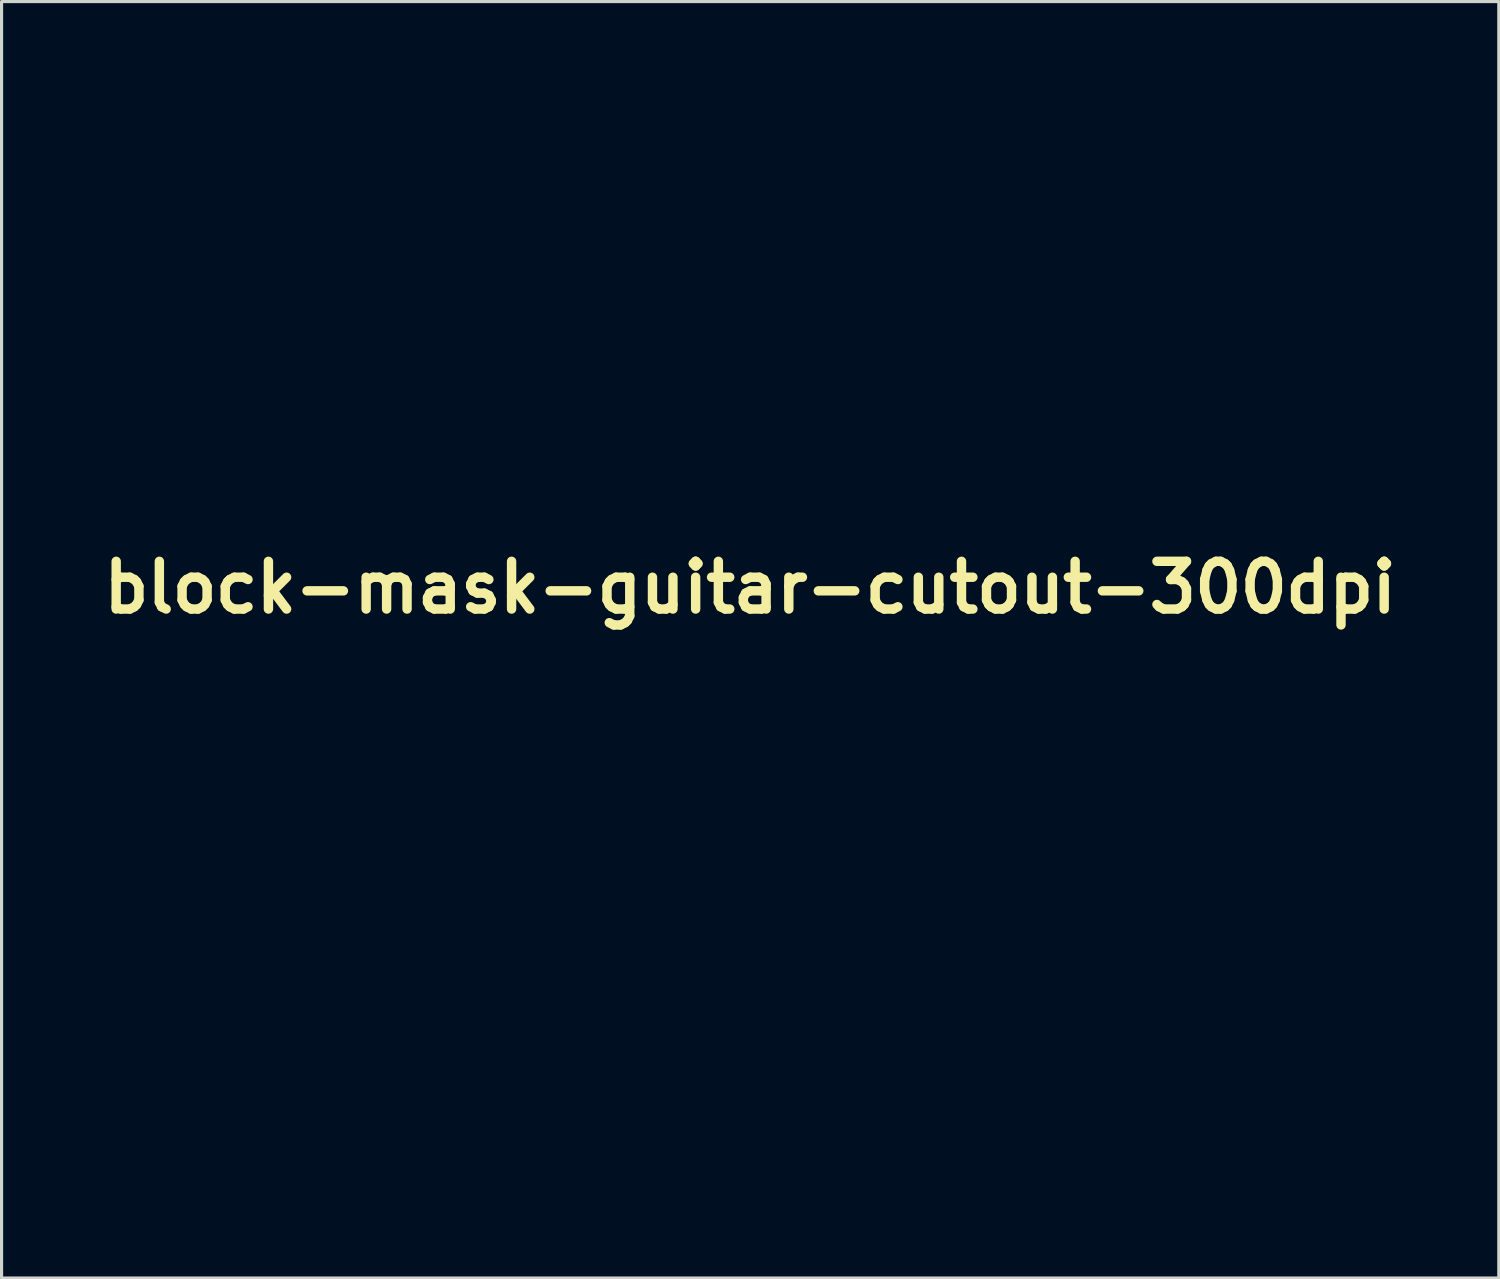
<source format=kicad_pcb>
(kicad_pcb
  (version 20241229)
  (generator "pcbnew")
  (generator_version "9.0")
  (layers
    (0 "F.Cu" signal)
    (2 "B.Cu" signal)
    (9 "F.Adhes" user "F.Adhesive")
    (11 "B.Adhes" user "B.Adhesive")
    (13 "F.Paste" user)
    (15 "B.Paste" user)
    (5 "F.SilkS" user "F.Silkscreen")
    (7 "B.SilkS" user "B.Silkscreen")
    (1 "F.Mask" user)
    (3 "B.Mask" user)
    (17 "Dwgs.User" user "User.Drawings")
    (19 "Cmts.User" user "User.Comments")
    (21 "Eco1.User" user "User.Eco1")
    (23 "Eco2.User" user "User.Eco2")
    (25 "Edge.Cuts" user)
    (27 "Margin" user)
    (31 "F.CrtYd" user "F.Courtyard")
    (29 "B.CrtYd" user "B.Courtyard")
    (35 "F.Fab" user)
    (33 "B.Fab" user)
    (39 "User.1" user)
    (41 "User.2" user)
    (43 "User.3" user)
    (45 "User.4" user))
  (footprint "block-mask-guitar-cutout-300dpi"
    (layer "F.Cu")
    (at 20.908 15.711)
    (property "Reference" "block-mask-guitar-cutout-300dpi" (at 0 0 0) (layer "F.SilkS") (effects (font (size 1.524 1.524) (thickness 0.3))))
    (attr through_hole)
    (fp_poly (pts (xy -0.259 -15.24) (xy -0.212 -14.774) (xy 0.254 -14.737) (xy 0.72 -14.699) (xy 0.254 -14.652) (xy -0.212 -14.605) (xy -0.259 -14.139) (xy -0.306 -13.674) (xy -0.343 -14.139) (xy -0.381 -14.605) (xy -0.889 -14.652) (xy -1.397 -14.699) (xy -0.381 -14.774) (xy -0.306 -15.706) (xy -0.259 -15.24)) (stroke (width 0.01) (type solid)) (fill yes) (layer "F.Mask"))
    (fp_poly (pts (xy -7.272 -4.012) (xy -6.93 -3.936) (xy -6.733 -3.802) (xy -6.662 -3.587) (xy -6.684 -3.322) (xy -6.718 -3.095) (xy -6.696 -2.98) (xy -6.597 -2.926) (xy -6.529 -2.908) (xy -6.338 -2.855) (xy -6.251 -2.783) (xy -6.251 -2.646) (xy -6.322 -2.399) (xy -6.334 -2.364) (xy -6.435 -2.1) (xy -6.549 -1.979) (xy -6.72 -1.982) (xy -6.945 -2.065) (xy -7.064 -2.05) (xy -7.164 -1.879) (xy -7.167 -1.873) (xy -7.315 -1.62) (xy -7.527 -1.512) (xy -7.824 -1.542) (xy -7.917 -1.57) (xy -8.303 -1.781) (xy -8.581 -2.093) (xy -8.741 -2.47) (xy -8.773 -2.878) (xy -8.67 -3.281) (xy -8.44 -3.627) (xy -8.078 -3.896) (xy -7.639 -4.019) (xy -7.272 -4.012)) (stroke (width 0.01) (type solid)) (fill yes) (layer "F.Mask"))
    (fp_poly (pts (xy -5.84 1.368) (xy -5.661 1.521) (xy -5.592 1.655) (xy -5.517 1.77) (xy -5.34 1.975) (xy -5.083 2.248) (xy -4.77 2.563) (xy -4.572 2.754) (xy -4.178 3.132) (xy -3.77 3.526) (xy -3.39 3.897) (xy -3.079 4.203) (xy -3.006 4.276) (xy -2.413 4.868) (xy -2.436 11.959) (xy -2.458 19.05) (xy -3.048 19.05) (xy -3.048 5.072) (xy -4 4.166) (xy -4.559 3.634) (xy -5.01 3.207) (xy -5.365 2.874) (xy -5.639 2.622) (xy -5.844 2.439) (xy -5.994 2.314) (xy -6.103 2.234) (xy -6.184 2.187) (xy -6.244 2.164) (xy -6.431 2.034) (xy -6.506 1.828) (xy -6.469 1.593) (xy -6.321 1.381) (xy -6.238 1.318) (xy -6.053 1.289) (xy -5.84 1.368)) (stroke (width 0.01) (type solid)) (fill yes) (layer "F.Mask"))
    (fp_poly (pts (xy 5.749 -7.404) (xy 6.11 -7.259) (xy 6.392 -7.016) (xy 6.582 -6.704) (xy 6.668 -6.352) (xy 6.637 -5.99) (xy 6.476 -5.644) (xy 6.217 -5.377) (xy 5.861 -5.169) (xy 5.537 -5.104) (xy 5.265 -5.183) (xy 5.192 -5.24) (xy 5.036 -5.429) (xy 4.952 -5.591) (xy 4.871 -5.715) (xy 4.797 -5.729) (xy 4.635 -5.663) (xy 4.552 -5.63) (xy 4.436 -5.633) (xy 4.335 -5.758) (xy 4.237 -6.024) (xy 4.185 -6.215) (xy 4.177 -6.359) (xy 4.276 -6.434) (xy 4.389 -6.462) (xy 4.55 -6.507) (xy 4.612 -6.593) (xy 4.606 -6.775) (xy 4.597 -6.846) (xy 4.594 -7.079) (xy 4.677 -7.237) (xy 4.871 -7.34) (xy 5.202 -7.407) (xy 5.321 -7.423) (xy 5.749 -7.404)) (stroke (width 0.01) (type solid)) (fill yes) (layer "F.Mask"))
    (fp_poly (pts (xy 8.412 -0.047) (xy 8.791 0.206) (xy 9.101 0.6) (xy 9.157 0.703) (xy 9.286 1.122) (xy 9.27 1.545) (xy 9.12 1.933) (xy 8.85 2.249) (xy 8.617 2.396) (xy 8.283 2.542) (xy 8.053 2.596) (xy 7.881 2.554) (xy 7.724 2.407) (xy 7.606 2.249) (xy 7.435 2.024) (xy 7.307 1.916) (xy 7.178 1.895) (xy 7.103 1.907) (xy 6.964 1.922) (xy 6.873 1.866) (xy 6.793 1.703) (xy 6.74 1.555) (xy 6.662 1.279) (xy 6.669 1.119) (xy 6.773 1.034) (xy 6.9 1.002) (xy 7.014 0.945) (xy 7.066 0.798) (xy 7.077 0.625) (xy 7.101 0.303) (xy 7.175 0.104) (xy 7.327 -0.018) (xy 7.523 -0.091) (xy 7.983 -0.149) (xy 8.412 -0.047)) (stroke (width 0.01) (type solid)) (fill yes) (layer "F.Mask"))
    (fp_poly (pts (xy -8.239 -0.165) (xy -7.983 -0.063) (xy -7.849 0.065) (xy -7.803 0.27) (xy -7.806 0.508) (xy -7.809 0.746) (xy -7.77 0.865) (xy -7.67 0.911) (xy -7.639 0.916) (xy -7.518 0.942) (xy -7.466 1) (xy -7.478 1.128) (xy -7.552 1.366) (xy -7.586 1.466) (xy -7.679 1.705) (xy -7.766 1.813) (xy -7.878 1.827) (xy -7.903 1.823) (xy -8.045 1.835) (xy -8.195 1.954) (xy -8.343 2.14) (xy -8.541 2.385) (xy -8.712 2.497) (xy -8.911 2.49) (xy -9.19 2.382) (xy -9.603 2.121) (xy -9.871 1.787) (xy -9.986 1.389) (xy -9.991 1.29) (xy -9.934 0.881) (xy -9.781 0.48) (xy -9.561 0.148) (xy -9.409 0.008) (xy -9.012 -0.177) (xy -8.568 -0.225) (xy -8.239 -0.165)) (stroke (width 0.01) (type solid)) (fill yes) (layer "F.Mask"))
    (fp_poly (pts (xy -5.782 -7.468) (xy -5.619 -7.409) (xy -5.426 -7.314) (xy -5.347 -7.206) (xy -5.342 -7.015) (xy -5.349 -6.94) (xy -5.358 -6.716) (xy -5.312 -6.604) (xy -5.188 -6.549) (xy -5.183 -6.548) (xy -5.04 -6.472) (xy -5.039 -6.361) (xy -5.095 -6.174) (xy -5.14 -5.986) (xy -5.194 -5.821) (xy -5.304 -5.782) (xy -5.43 -5.802) (xy -5.607 -5.82) (xy -5.67 -5.755) (xy -5.673 -5.718) (xy -5.742 -5.548) (xy -5.91 -5.365) (xy -6.12 -5.221) (xy -6.308 -5.165) (xy -6.497 -5.211) (xy -6.73 -5.326) (xy -6.78 -5.357) (xy -7.144 -5.674) (xy -7.36 -6.026) (xy -7.42 -6.397) (xy -7.411 -6.477) (xy -7.268 -6.914) (xy -7.009 -7.245) (xy -6.658 -7.456) (xy -6.241 -7.534) (xy -5.782 -7.468)) (stroke (width 0.01) (type solid)) (fill yes) (layer "F.Mask"))
    (fp_poly (pts (xy 7.013 -3.925) (xy 7.425 -3.75) (xy 7.74 -3.484) (xy 7.903 -3.267) (xy 7.991 -3.016) (xy 8.025 -2.754) (xy 8.037 -2.46) (xy 8 -2.257) (xy 7.896 -2.069) (xy 7.836 -1.988) (xy 7.547 -1.683) (xy 7.237 -1.479) (xy 6.938 -1.392) (xy 6.686 -1.438) (xy 6.679 -1.442) (xy 6.551 -1.572) (xy 6.435 -1.776) (xy 6.347 -1.961) (xy 6.255 -2.015) (xy 6.101 -1.955) (xy 6.011 -1.905) (xy 5.792 -1.802) (xy 5.655 -1.821) (xy 5.559 -1.98) (xy 5.511 -2.125) (xy 5.436 -2.368) (xy 5.377 -2.549) (xy 5.365 -2.581) (xy 5.41 -2.676) (xy 5.612 -2.758) (xy 5.646 -2.767) (xy 5.969 -2.843) (xy 5.941 -3.277) (xy 5.939 -3.553) (xy 5.998 -3.728) (xy 6.151 -3.835) (xy 6.429 -3.908) (xy 6.572 -3.933) (xy 7.013 -3.925)) (stroke (width 0.01) (type solid)) (fill yes) (layer "F.Mask"))
    (fp_poly (pts (xy -3.436 -6.073) (xy -3.262 -5.917) (xy -3.176 -5.714) (xy -3.213 -5.512) (xy -3.234 -5.426) (xy -3.23 -5.279) (xy -3.197 -5.053) (xy -3.132 -4.731) (xy -3.031 -4.294) (xy -2.891 -3.725) (xy -2.757 -3.199) (xy -2.494 -2.168) (xy -2.266 -1.282) (xy -2.071 -0.52) (xy -1.901 0.138) (xy -1.753 0.71) (xy -1.62 1.218) (xy -1.498 1.68) (xy -1.382 2.118) (xy -1.266 2.549) (xy -1.146 2.995) (xy -1.086 3.217) (xy -0.637 4.868) (xy -0.613 11.959) (xy -0.588 19.05) (xy -1.101 19.05) (xy -1.101 5.179) (xy -1.612 3.246) (xy -1.918 2.086) (xy -2.241 0.864) (xy -2.567 -0.375) (xy -2.887 -1.587) (xy -3.187 -2.729) (xy -3.457 -3.755) (xy -3.482 -3.852) (xy -3.613 -4.325) (xy -3.743 -4.754) (xy -3.861 -5.107) (xy -3.958 -5.349) (xy -4.002 -5.43) (xy -4.113 -5.689) (xy -4.071 -5.925) (xy -3.886 -6.101) (xy -3.658 -6.146) (xy -3.436 -6.073)) (stroke (width 0.01) (type solid)) (fill yes) (layer "F.Mask"))
    (fp_poly (pts (xy 4.32 -2.292) (xy 4.453 -2.069) (xy 4.472 -1.966) (xy 4.464 -1.758) (xy 4.36 -1.621) (xy 4.241 -1.544) (xy 4.122 -1.459) (xy 4.008 -1.331) (xy 3.887 -1.137) (xy 3.745 -0.855) (xy 3.571 -0.46) (xy 3.351 0.069) (xy 3.344 0.085) (xy 3.261 0.283) (xy 3.121 0.612) (xy 2.935 1.047) (xy 2.714 1.563) (xy 2.467 2.134) (xy 2.207 2.737) (xy 2.17 2.823) (xy 1.185 5.096) (xy 1.185 19.05) (xy 0.762 19.05) (xy 0.762 12.027) (xy 0.762 5.005) (xy 1.829 2.524) (xy 2.225 1.604) (xy 2.558 0.828) (xy 2.834 0.183) (xy 3.059 -0.345) (xy 3.236 -0.766) (xy 3.372 -1.094) (xy 3.471 -1.34) (xy 3.538 -1.518) (xy 3.578 -1.64) (xy 3.597 -1.717) (xy 3.6 -1.764) (xy 3.591 -1.791) (xy 3.59 -1.791) (xy 3.566 -1.971) (xy 3.648 -2.175) (xy 3.806 -2.332) (xy 3.838 -2.349) (xy 4.102 -2.393) (xy 4.32 -2.292)) (stroke (width 0.01) (type solid)) (fill yes) (layer "F.Mask"))
    (fp_poly (pts (xy -4.703 -2.305) (xy -4.526 -2.147) (xy -4.431 -1.951) (xy -4.432 -1.844) (xy -4.416 -1.696) (xy -4.332 -1.416) (xy -4.189 -1.027) (xy -3.992 -0.548) (xy -3.961 -0.476) (xy -3.759 -0.006) (xy -3.559 0.459) (xy -3.381 0.875) (xy -3.245 1.195) (xy -3.214 1.27) (xy -3.105 1.524) (xy -2.943 1.896) (xy -2.743 2.352) (xy -2.521 2.857) (xy -2.295 3.366) (xy -1.609 4.912) (xy -1.609 19.05) (xy -2.117 19.05) (xy -2.117 4.972) (xy -2.668 3.756) (xy -2.917 3.206) (xy -3.202 2.575) (xy -3.49 1.935) (xy -3.748 1.36) (xy -3.779 1.291) (xy -4.1 0.58) (xy -4.36 0.007) (xy -4.568 -0.445) (xy -4.734 -0.793) (xy -4.865 -1.054) (xy -4.97 -1.244) (xy -5.056 -1.381) (xy -5.134 -1.481) (xy -5.193 -1.545) (xy -5.342 -1.726) (xy -5.417 -1.881) (xy -5.419 -1.901) (xy -5.349 -2.082) (xy -5.182 -2.255) (xy -4.982 -2.36) (xy -4.911 -2.371) (xy -4.703 -2.305)) (stroke (width 0.01) (type solid)) (fill yes) (layer "F.Mask"))
    (fp_poly (pts (xy 5.422 1.421) (xy 5.595 1.579) (xy 5.724 1.766) (xy 5.757 1.883) (xy 5.691 2.036) (xy 5.535 2.191) (xy 5.35 2.299) (xy 5.202 2.315) (xy 5.097 2.356) (xy 4.882 2.514) (xy 4.565 2.78) (xy 4.153 3.15) (xy 3.704 3.567) (xy 3.296 3.955) (xy 2.922 4.313) (xy 2.603 4.623) (xy 2.359 4.864) (xy 2.21 5.017) (xy 2.18 5.05) (xy 2.153 5.091) (xy 2.13 5.152) (xy 2.11 5.243) (xy 2.093 5.376) (xy 2.078 5.562) (xy 2.066 5.811) (xy 2.057 6.134) (xy 2.049 6.544) (xy 2.043 7.05) (xy 2.039 7.664) (xy 2.035 8.397) (xy 2.034 9.26) (xy 2.032 10.264) (xy 2.032 11.42) (xy 2.032 12.142) (xy 2.032 19.05) (xy 1.609 19.05) (xy 1.609 4.931) (xy 3.217 3.433) (xy 3.676 3) (xy 4.078 2.61) (xy 4.408 2.278) (xy 4.651 2.018) (xy 4.794 1.846) (xy 4.826 1.785) (xy 4.896 1.599) (xy 5.06 1.434) (xy 5.249 1.355) (xy 5.262 1.355) (xy 5.422 1.421)) (stroke (width 0.01) (type solid)) (fill yes) (layer "F.Mask"))
    (fp_poly (pts (xy 2.983 -6.113) (xy 3.099 -6.055) (xy 3.255 -5.871) (xy 3.296 -5.639) (xy 3.224 -5.422) (xy 3.068 -5.292) (xy 3 -5.264) (xy 2.946 -5.234) (xy 2.899 -5.18) (xy 2.852 -5.082) (xy 2.797 -4.918) (xy 2.726 -4.666) (xy 2.632 -4.305) (xy 2.508 -3.814) (xy 2.421 -3.471) (xy 2.178 -2.515) (xy 1.934 -1.555) (xy 1.693 -0.609) (xy 1.46 0.304) (xy 1.239 1.167) (xy 1.035 1.961) (xy 0.853 2.67) (xy 0.697 3.275) (xy 0.572 3.759) (xy 0.482 4.102) (xy 0.458 4.191) (xy 0.254 4.953) (xy 0.254 12.002) (xy 0.254 19.05) (xy -0.169 19.05) (xy -0.169 4.897) (xy 0.472 2.385) (xy 0.658 1.653) (xy 0.856 0.878) (xy 1.054 0.104) (xy 1.242 -0.63) (xy 1.408 -1.28) (xy 1.536 -1.778) (xy 1.759 -2.648) (xy 1.942 -3.369) (xy 2.09 -3.956) (xy 2.205 -4.423) (xy 2.291 -4.787) (xy 2.351 -5.06) (xy 2.389 -5.259) (xy 2.408 -5.398) (xy 2.412 -5.493) (xy 2.403 -5.557) (xy 2.403 -5.56) (xy 2.404 -5.824) (xy 2.529 -6.024) (xy 2.736 -6.131) (xy 2.983 -6.113)) (stroke (width 0.01) (type solid)) (fill yes) (layer "F.Mask")))
  (gr_rect
    (start -3 -3)
    (end 44.816 37.766)
    (stroke (width 0.1) (type default))
    (fill no)
    (layer "Edge.Cuts")))
</source>
